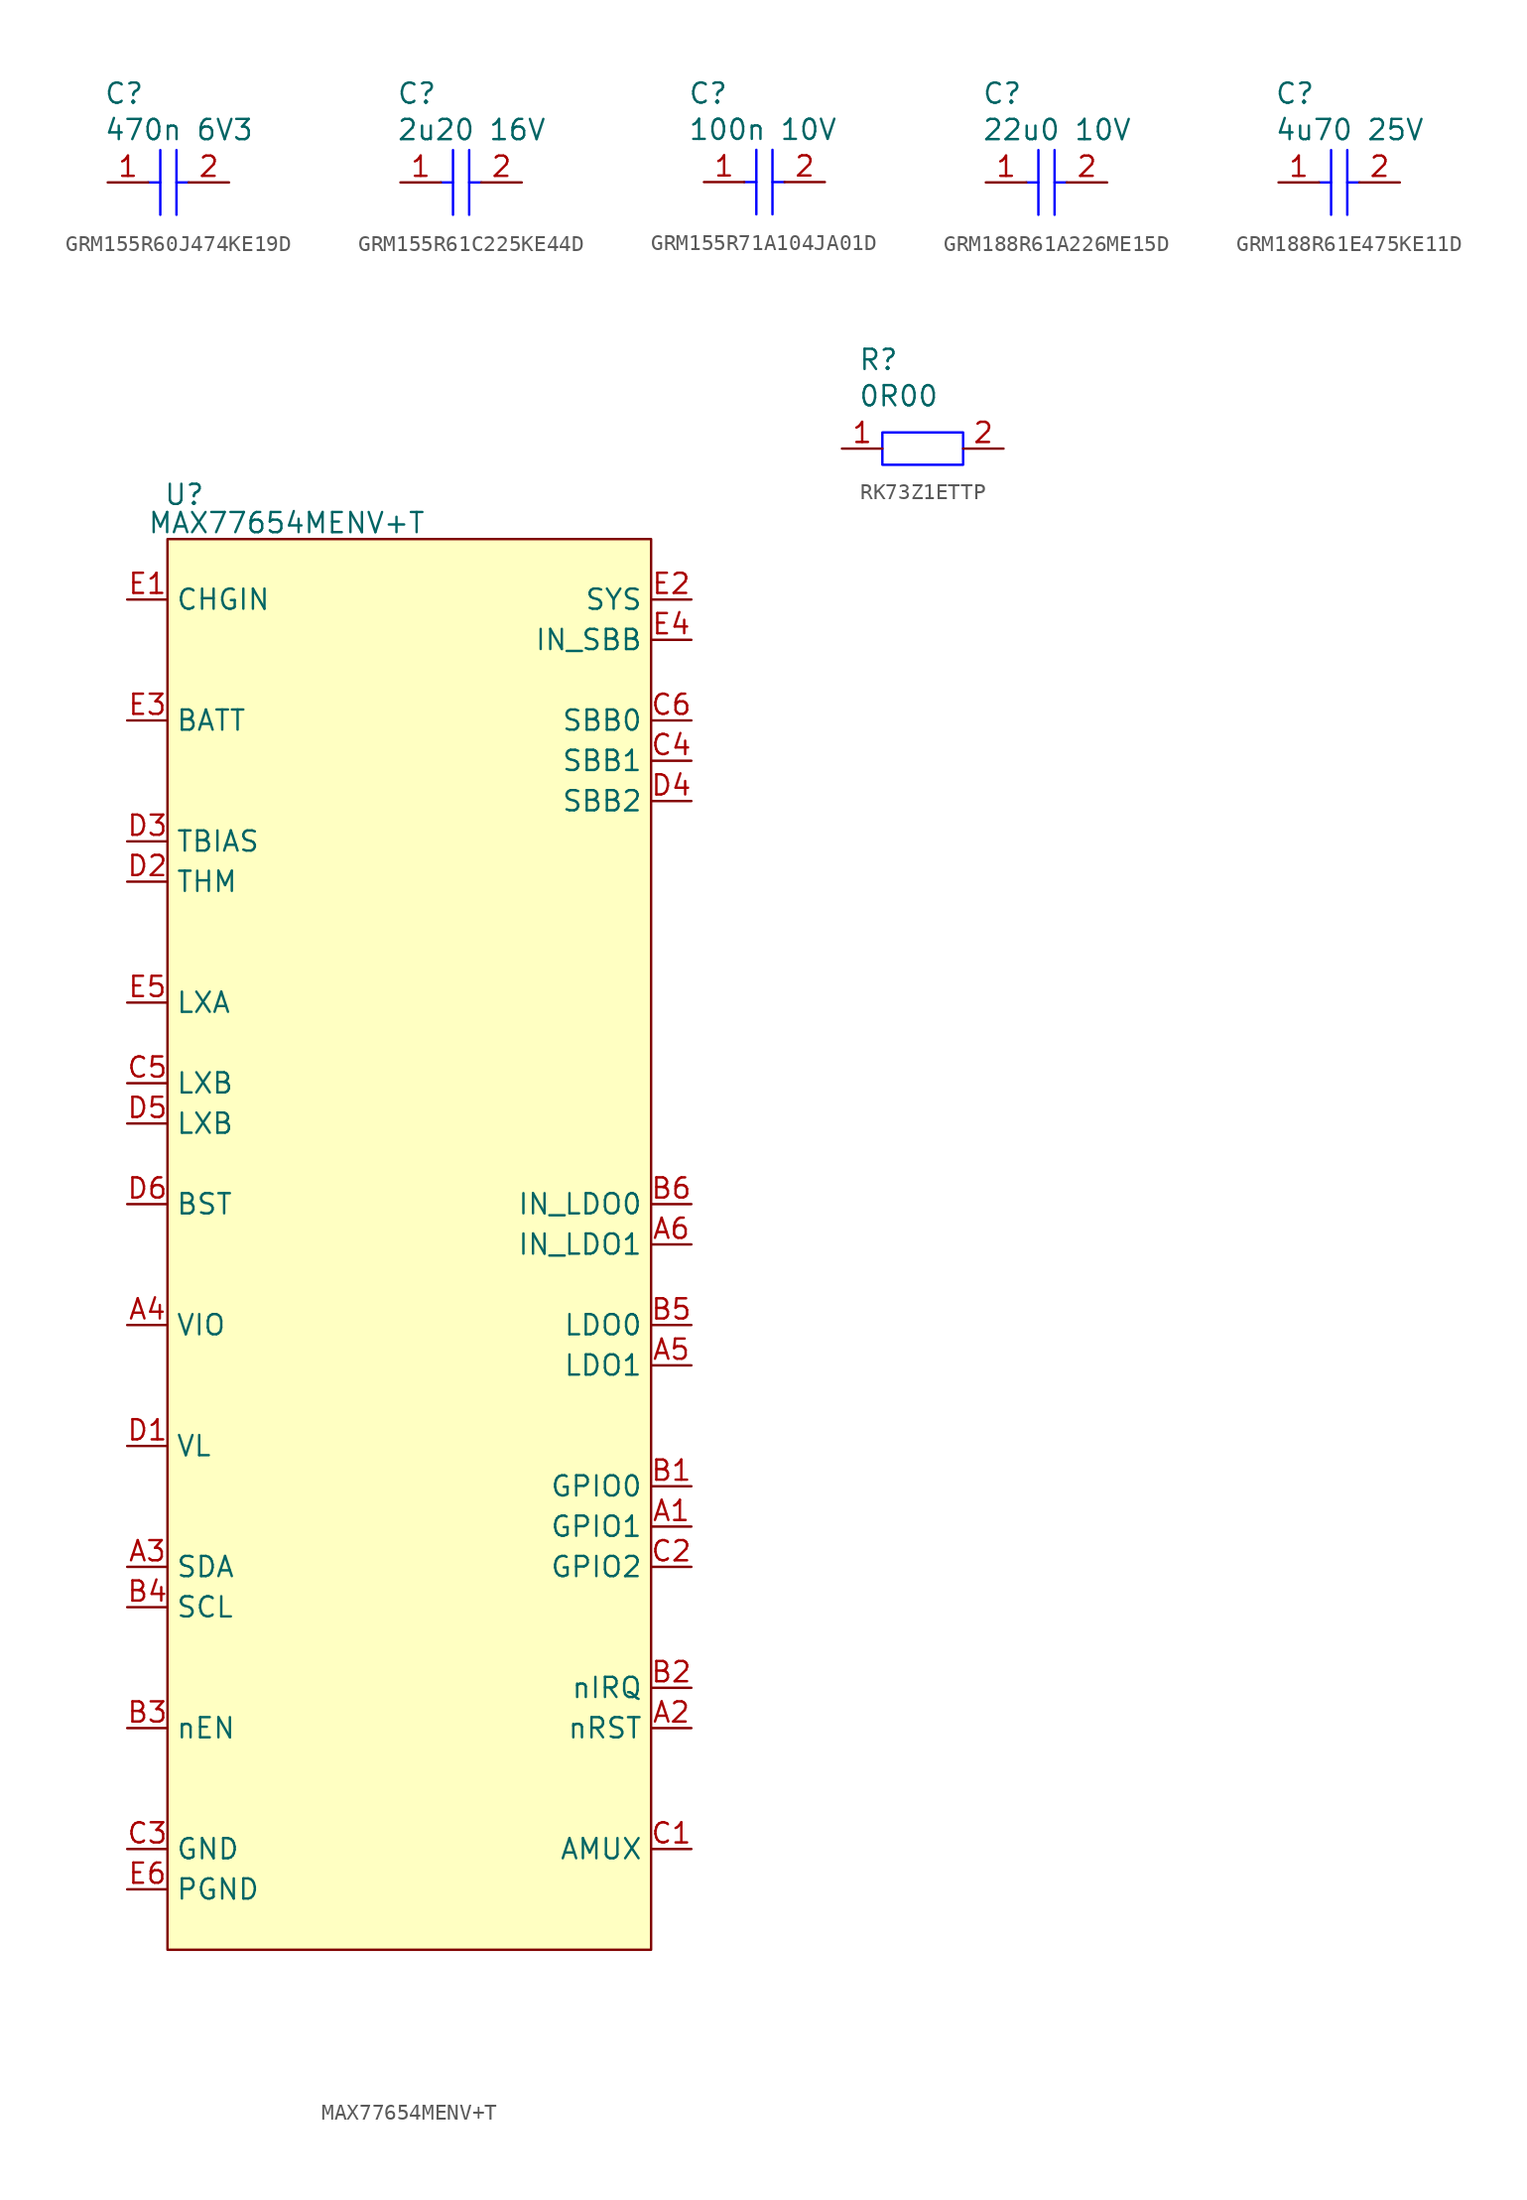
<source format=kicad_sym>
(kicad_symbol_lib
  (version 20231120)
  (generator "kicad_symbol_editor")
  (generator_version "8.0")
  (symbol "GRM155R60J474KE19D"
    (property "Reference" "C"
      (at -4.064 5.588 0)
      (effects (font (size 1.27 1.27)) (justify left)))
    (property "Value" "470n 6V3"
      (at -4.064 3.302 0)
      (effects (font (size 1.27 1.27)) (justify left)))
    (symbol "GRM155R60J474KE19D_1_1"
      (polyline (pts (xy -1.27 0) (xy -0.508 0)) (stroke (width 0) (type default) (color 0 0 255 1)) (fill (type none)))
      (polyline (pts (xy -0.508 2.032) (xy -0.508 -2.032)) (stroke (width 0) (type default) (color 0 0 255 1)) (fill (type none)))
      (polyline (pts (xy 0.508 2.032) (xy 0.508 -2.032)) (stroke (width 0) (type default) (color 0 0 255 1)) (fill (type none)))
      (polyline (pts (xy 1.27 0) (xy 0.508 0)) (stroke (width 0) (type default) (color 0 0 255 1)) (fill (type none)))
      (pin passive line (at -3.81 0 0) (length 2.54) (name "" (effects (font (size 1.27 1.27)))) (number "1" (effects (font (size 1.27 1.27)))))
      (pin passive line (at 3.81 0 180) (length 2.54) (name "" (effects (font (size 1.27 1.27)))) (number "2" (effects (font (size 1.27 1.27)))))))
  (symbol "GRM155R61C225KE44D"
    (property "Reference" "C"
      (at -4.064 5.588 0)
      (effects (font (size 1.27 1.27)) (justify left)))
    (property "Value" "2u20 16V"
      (at -4.064 3.302 0)
      (effects (font (size 1.27 1.27)) (justify left)))
    (symbol "GRM155R61C225KE44D_1_1"
      (polyline (pts (xy -1.27 0) (xy -0.508 0)) (stroke (width 0) (type default) (color 0 0 255 1)) (fill (type none)))
      (polyline (pts (xy -0.508 2.032) (xy -0.508 -2.032)) (stroke (width 0) (type default) (color 0 0 255 1)) (fill (type none)))
      (polyline (pts (xy 0.508 2.032) (xy 0.508 -2.032)) (stroke (width 0) (type default) (color 0 0 255 1)) (fill (type none)))
      (polyline (pts (xy 1.27 0) (xy 0.508 0)) (stroke (width 0) (type default) (color 0 0 255 1)) (fill (type none)))
      (pin passive line (at -3.81 0 0) (length 2.54) (name "" (effects (font (size 1.27 1.27)))) (number "1" (effects (font (size 1.27 1.27)))))
      (pin passive line (at 3.81 0 180) (length 2.54) (name "" (effects (font (size 1.27 1.27)))) (number "2" (effects (font (size 1.27 1.27)))))))
  (symbol "GRM155R71A104JA01D"
    (property "Reference" "C"
      (at -4.826 5.588 0)
      (effects (font (size 1.27 1.27)) (justify left)))
    (property "Value" "100n 10V"
      (at -4.826 3.302 0)
      (effects (font (size 1.27 1.27)) (justify left)))
    (symbol "GRM155R71A104JA01D_1_1"
      (polyline (pts (xy -1.27 0) (xy -0.508 0)) (stroke (width 0) (type default) (color 0 0 255 1)) (fill (type none)))
      (polyline (pts (xy -0.508 2.032) (xy -0.508 -2.032)) (stroke (width 0) (type default) (color 0 0 255 1)) (fill (type none)))
      (polyline (pts (xy 0.508 2.032) (xy 0.508 -2.032)) (stroke (width 0) (type default) (color 0 0 255 1)) (fill (type none)))
      (polyline (pts (xy 1.27 0) (xy 0.508 0)) (stroke (width 0) (type default) (color 0 0 255 1)) (fill (type none)))
      (pin passive line (at -3.81 0 0) (length 2.54) (name "" (effects (font (size 1.27 1.27)))) (number "1" (effects (font (size 1.27 1.27)))))
      (pin passive line (at 3.81 0 180) (length 2.54) (name "" (effects (font (size 1.27 1.27)))) (number "2" (effects (font (size 1.27 1.27)))))))
  (symbol "GRM188R61A226ME15D"
    (property "Reference" "C"
      (at -4.064 5.588 0)
      (effects (font (size 1.27 1.27)) (justify left)))
    (property "Value" "22u0 10V"
      (at -4.064 3.302 0)
      (effects (font (size 1.27 1.27)) (justify left)))
    (symbol "GRM188R61A226ME15D_1_1"
      (polyline (pts (xy -1.27 0) (xy -0.508 0)) (stroke (width 0) (type default) (color 0 0 255 1)) (fill (type none)))
      (polyline (pts (xy -0.508 2.032) (xy -0.508 -2.032)) (stroke (width 0) (type default) (color 0 0 255 1)) (fill (type none)))
      (polyline (pts (xy 0.508 2.032) (xy 0.508 -2.032)) (stroke (width 0) (type default) (color 0 0 255 1)) (fill (type none)))
      (polyline (pts (xy 1.27 0) (xy 0.508 0)) (stroke (width 0) (type default) (color 0 0 255 1)) (fill (type none)))
      (pin passive line (at -3.81 0 0) (length 2.54) (name "" (effects (font (size 1.27 1.27)))) (number "1" (effects (font (size 1.27 1.27)))))
      (pin passive line (at 3.81 0 180) (length 2.54) (name "" (effects (font (size 1.27 1.27)))) (number "2" (effects (font (size 1.27 1.27)))))))
  (symbol "GRM188R61E475KE11D"
    (property "Reference" "C"
      (at -4.064 5.588 0)
      (effects (font (size 1.27 1.27)) (justify left)))
    (property "Value" "4u70 25V"
      (at -4.064 3.302 0)
      (effects (font (size 1.27 1.27)) (justify left)))
    (symbol "GRM188R61E475KE11D_1_1"
      (polyline (pts (xy -1.27 0) (xy -0.508 0)) (stroke (width 0) (type default) (color 0 0 255 1)) (fill (type none)))
      (polyline (pts (xy -0.508 2.032) (xy -0.508 -2.032)) (stroke (width 0) (type default) (color 0 0 255 1)) (fill (type none)))
      (polyline (pts (xy 0.508 2.032) (xy 0.508 -2.032)) (stroke (width 0) (type default) (color 0 0 255 1)) (fill (type none)))
      (polyline (pts (xy 1.27 0) (xy 0.508 0)) (stroke (width 0) (type default) (color 0 0 255 1)) (fill (type none)))
      (pin passive line (at -3.81 0 0) (length 2.54) (name "" (effects (font (size 1.27 1.27)))) (number "1" (effects (font (size 1.27 1.27)))))
      (pin passive line (at 3.81 0 180) (length 2.54) (name "" (effects (font (size 1.27 1.27)))) (number "2" (effects (font (size 1.27 1.27)))))))
  (symbol "MAX77654MENV+T"
    (property "Reference" "U"
      (at -0.254 2.794 0)
      (effects (font (size 1.27 1.27)) (justify left)))
    (property "Value" " MAX77654MENV+T "
      (at -1.27 1.016 0)
      (effects (font (size 1.27 1.27)) (justify left)))
    (symbol "MAX77654MENV+T_0_1"
      (rectangle (start 0 0) (end 30.48 -88.9) (stroke (width 0) (type default) (color 128 0 0 1)) (fill (type background))))
    (symbol "MAX77654MENV+T_1_1"
      (pin passive line (at 33.02 -62.23 180) (length 2.54) (name "GPIO1" (effects (font (size 1.27 1.27)))) (number "A1" (effects (font (size 1.27 1.27)))))
      (pin passive line (at 33.02 -74.93 180) (length 2.54) (name "nRST" (effects (font (size 1.27 1.27)))) (number "A2" (effects (font (size 1.27 1.27)))))
      (pin passive line (at -2.54 -64.77 0) (length 2.54) (name "SDA" (effects (font (size 1.27 1.27)))) (number "A3" (effects (font (size 1.27 1.27)))))
      (pin passive line (at -2.54 -49.53 0) (length 2.54) (name "VIO" (effects (font (size 1.27 1.27)))) (number "A4" (effects (font (size 1.27 1.27)))))
      (pin passive line (at 33.02 -52.07 180) (length 2.54) (name "LDO1" (effects (font (size 1.27 1.27)))) (number "A5" (effects (font (size 1.27 1.27)))))
      (pin passive line (at 33.02 -44.45 180) (length 2.54) (name "IN_LDO1" (effects (font (size 1.27 1.27)))) (number "A6" (effects (font (size 1.27 1.27)))))
      (pin passive line (at 33.02 -59.69 180) (length 2.54) (name "GPIO0" (effects (font (size 1.27 1.27)))) (number "B1" (effects (font (size 1.27 1.27)))))
      (pin passive line (at 33.02 -72.39 180) (length 2.54) (name "nIRQ" (effects (font (size 1.27 1.27)))) (number "B2" (effects (font (size 1.27 1.27)))))
      (pin passive line (at -2.54 -74.93 0) (length 2.54) (name "nEN" (effects (font (size 1.27 1.27)))) (number "B3" (effects (font (size 1.27 1.27)))))
      (pin passive line (at -2.54 -67.31 0) (length 2.54) (name "SCL" (effects (font (size 1.27 1.27)))) (number "B4" (effects (font (size 1.27 1.27)))))
      (pin passive line (at 33.02 -49.53 180) (length 2.54) (name "LDO0" (effects (font (size 1.27 1.27)))) (number "B5" (effects (font (size 1.27 1.27)))))
      (pin passive line (at 33.02 -41.91 180) (length 2.54) (name "IN_LDO0" (effects (font (size 1.27 1.27)))) (number "B6" (effects (font (size 1.27 1.27)))))
      (pin passive line (at 33.02 -82.55 180) (length 2.54) (name "AMUX" (effects (font (size 1.27 1.27)))) (number "C1" (effects (font (size 1.27 1.27)))))
      (pin passive line (at 33.02 -64.77 180) (length 2.54) (name "GPIO2" (effects (font (size 1.27 1.27)))) (number "C2" (effects (font (size 1.27 1.27)))))
      (pin passive line (at -2.54 -82.55 0) (length 2.54) (name "GND" (effects (font (size 1.27 1.27)))) (number "C3" (effects (font (size 1.27 1.27)))))
      (pin passive line (at 33.02 -13.97 180) (length 2.54) (name "SBB1" (effects (font (size 1.27 1.27)))) (number "C4" (effects (font (size 1.27 1.27)))))
      (pin passive line (at -2.54 -34.29 0) (length 2.54) (name "LXB" (effects (font (size 1.27 1.27)))) (number "C5" (effects (font (size 1.27 1.27)))))
      (pin passive line (at 33.02 -11.43 180) (length 2.54) (name "SBB0" (effects (font (size 1.27 1.27)))) (number "C6" (effects (font (size 1.27 1.27)))))
      (pin passive line (at -2.54 -57.15 0) (length 2.54) (name "VL" (effects (font (size 1.27 1.27)))) (number "D1" (effects (font (size 1.27 1.27)))))
      (pin passive line (at -2.54 -21.59 0) (length 2.54) (name "THM" (effects (font (size 1.27 1.27)))) (number "D2" (effects (font (size 1.27 1.27)))))
      (pin passive line (at -2.54 -19.05 0) (length 2.54) (name "TBIAS" (effects (font (size 1.27 1.27)))) (number "D3" (effects (font (size 1.27 1.27)))))
      (pin passive line (at 33.02 -16.51 180) (length 2.54) (name "SBB2" (effects (font (size 1.27 1.27)))) (number "D4" (effects (font (size 1.27 1.27)))))
      (pin passive line (at -2.54 -36.83 0) (length 2.54) (name "LXB" (effects (font (size 1.27 1.27)))) (number "D5" (effects (font (size 1.27 1.27)))))
      (pin passive line (at -2.54 -41.91 0) (length 2.54) (name "BST" (effects (font (size 1.27 1.27)))) (number "D6" (effects (font (size 1.27 1.27)))))
      (pin passive line (at -2.54 -3.81 0) (length 2.54) (name "CHGIN" (effects (font (size 1.27 1.27)))) (number "E1" (effects (font (size 1.27 1.27)))))
      (pin passive line (at 33.02 -3.81 180) (length 2.54) (name "SYS" (effects (font (size 1.27 1.27)))) (number "E2" (effects (font (size 1.27 1.27)))))
      (pin passive line (at -2.54 -11.43 0) (length 2.54) (name "BATT" (effects (font (size 1.27 1.27)))) (number "E3" (effects (font (size 1.27 1.27)))))
      (pin passive line (at 33.02 -6.35 180) (length 2.54) (name "IN_SBB" (effects (font (size 1.27 1.27)))) (number "E4" (effects (font (size 1.27 1.27)))))
      (pin passive line (at -2.54 -29.21 0) (length 2.54) (name "LXA" (effects (font (size 1.27 1.27)))) (number "E5" (effects (font (size 1.27 1.27)))))
      (pin passive line (at -2.54 -85.09 0) (length 2.54) (name "PGND" (effects (font (size 1.27 1.27)))) (number "E6" (effects (font (size 1.27 1.27)))))))
  (symbol "RK73Z1ETTP"
    (property "Reference" "R"
      (at -4.064 5.588 0)
      (effects (font (size 1.27 1.27)) (justify left)))
    (property "Value" "0R00"
      (at -4.064 3.302 0)
      (effects (font (size 1.27 1.27)) (justify left)))
    (symbol "RK73Z1ETTP_0_1"
      (rectangle (start -2.54 1.016) (end 2.54 -1.016) (stroke (width 0) (type default) (color 0 0 255 1)) (fill (type none))))
    (symbol "RK73Z1ETTP_1_1"
      (pin passive line (at -5.08 0 0) (length 2.54) (name "" (effects (font (size 1.27 1.27)))) (number "1" (effects (font (size 1.27 1.27)))))
      (pin passive line (at 5.08 0 180) (length 2.54) (name "" (effects (font (size 1.27 1.27)))) (number "2" (effects (font (size 1.27 1.27))))))))
</source>
